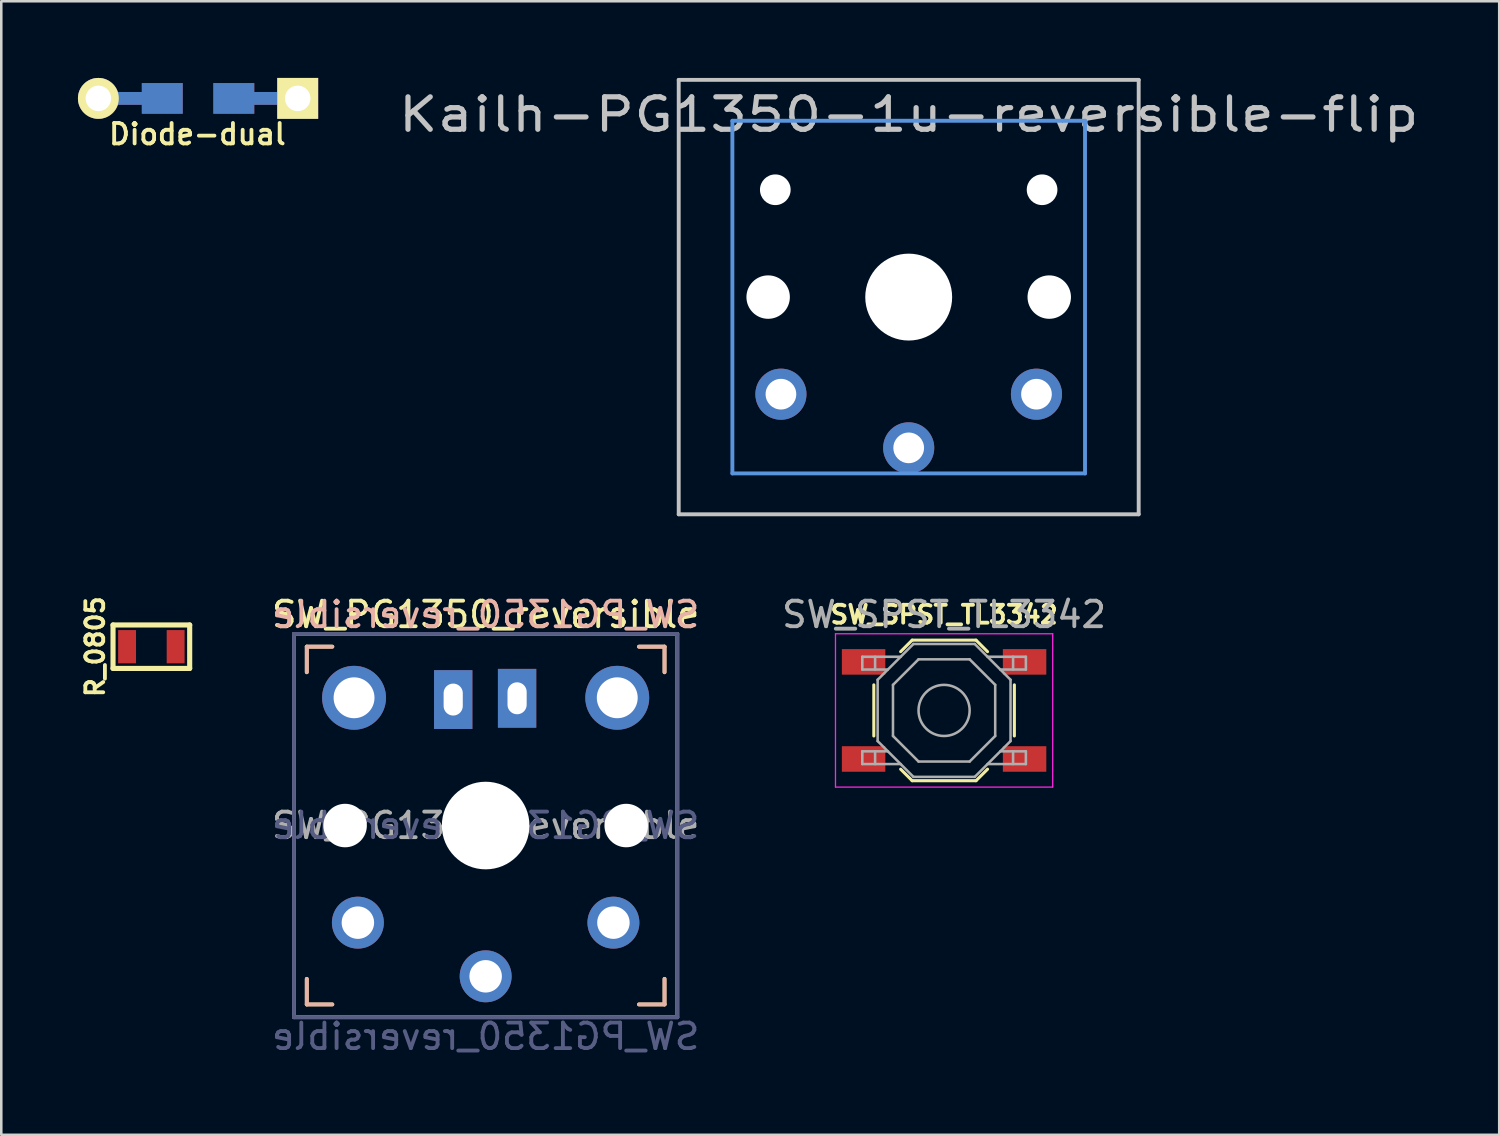
<source format=kicad_pcb>
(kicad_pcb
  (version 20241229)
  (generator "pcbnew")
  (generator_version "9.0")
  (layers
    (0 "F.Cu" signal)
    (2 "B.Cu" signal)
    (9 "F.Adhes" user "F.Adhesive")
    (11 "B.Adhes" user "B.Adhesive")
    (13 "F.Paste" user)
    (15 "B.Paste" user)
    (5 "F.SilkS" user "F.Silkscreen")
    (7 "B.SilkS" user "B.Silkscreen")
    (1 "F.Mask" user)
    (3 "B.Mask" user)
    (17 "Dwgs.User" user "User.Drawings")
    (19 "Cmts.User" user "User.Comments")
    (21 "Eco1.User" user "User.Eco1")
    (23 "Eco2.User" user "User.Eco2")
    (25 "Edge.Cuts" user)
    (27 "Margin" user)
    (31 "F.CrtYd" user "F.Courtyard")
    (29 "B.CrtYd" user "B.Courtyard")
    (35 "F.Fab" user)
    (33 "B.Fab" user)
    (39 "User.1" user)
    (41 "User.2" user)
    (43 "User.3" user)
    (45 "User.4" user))
  (footprint "Kailh-PG1350-1u-reversible-flip"
    (layer "F.Cu")
    (at 32.51 8.576)
    (property "Reference" "Kailh-PG1350-1u-reversible-flip" (at 0 -7.144 180) (layer "Dwgs.User") (effects (font (size 1.27 1.524) (thickness 0.203))))
    (attr through_hole)
    (fp_line (start -9 -8.5) (end 9 -8.5) (stroke (width 0.152) (type solid)) (layer "Dwgs.User"))
    (fp_line (start -9 8.5) (end -9 -8.5) (stroke (width 0.152) (type solid)) (layer "Dwgs.User"))
    (fp_line (start 9 -8.5) (end 9 8.5) (stroke (width 0.152) (type solid)) (layer "Dwgs.User"))
    (fp_line (start 9 8.5) (end -9 8.5) (stroke (width 0.152) (type solid)) (layer "Dwgs.User"))
    (fp_line (start -6.9 -6.9) (end 6.9 -6.9) (stroke (width 0.152) (type solid)) (layer "Cmts.User"))
    (fp_line (start -6.9 6.9) (end -6.9 -6.9) (stroke (width 0.152) (type solid)) (layer "Cmts.User"))
    (fp_line (start 6.9 -6.9) (end 6.9 6.9) (stroke (width 0.152) (type solid)) (layer "Cmts.User"))
    (fp_line (start 6.9 6.9) (end -6.9 6.9) (stroke (width 0.152) (type solid)) (layer "Cmts.User"))
    (fp_line (start -7.5 -7.5) (end 7.5 -7.5) (stroke (width 0.152) (type solid)) (layer "Eco2.User"))
    (fp_line (start -7.5 7.5) (end -7.5 -7.5) (stroke (width 0.152) (type solid)) (layer "Eco2.User"))
    (fp_line (start 7.5 -7.5) (end 7.5 7.5) (stroke (width 0.152) (type solid)) (layer "Eco2.User"))
    (fp_line (start 7.5 7.5) (end -7.5 7.5) (stroke (width 0.152) (type solid)) (layer "Eco2.User"))
    (pad "" np_thru_hole circle (at -5.5 0 180) (size 1.7 1.7) (drill 1.7) (layers "*.Cu"))
    (pad "" np_thru_hole circle (at -5.22 -4.2 180) (size 1.2 1.2) (drill 1.2) (layers "*.Cu"))
    (pad "" np_thru_hole circle (at 0 0 180) (size 3.4 3.4) (drill 3.4) (layers "*.Cu"))
    (pad "" np_thru_hole circle (at 5.22 -4.2 180) (size 1.2 1.2) (drill 1.2) (layers "*.Cu"))
    (pad "" np_thru_hole circle (at 5.5 0 180) (size 1.7 1.7) (drill 1.7) (layers "*.Cu"))
    (pad "1" thru_hole circle (at 0 5.9 180) (size 2 2) (drill 1.2) (layers "*.Cu" "*.Mask"))
    (pad "2" thru_hole circle (at -5 3.8 41.9) (size 2 2) (drill 1.2) (layers "*.Cu" "*.Mask"))
    (pad "2" thru_hole circle (at 5 3.8 41.9) (size 2 2) (drill 1.2) (layers "*.Cu" "*.Mask")))
  (footprint "SW_SPST_TL3342"
    (layer "F.Cu")
    (at 33.895 24.751)
    (property "Reference" "SW_SPST_TL3342" (at 0 -3.75 0) (layer "F.SilkS") (effects (font (size 0.7 0.7) (thickness 0.15))))
    (attr smd)
    (fp_line (start -2.75 -1) (end -2.75 1) (stroke (width 0.12) (type solid)) (layer "F.SilkS"))
    (fp_line (start -1.7 -2.3) (end -1.25 -2.75) (stroke (width 0.12) (type solid)) (layer "F.SilkS"))
    (fp_line (start -1.7 2.3) (end -1.25 2.75) (stroke (width 0.12) (type solid)) (layer "F.SilkS"))
    (fp_line (start -1.25 -2.75) (end 1.25 -2.75) (stroke (width 0.12) (type solid)) (layer "F.SilkS"))
    (fp_line (start -1.25 2.75) (end 1.25 2.75) (stroke (width 0.12) (type solid)) (layer "F.SilkS"))
    (fp_line (start 1.7 -2.3) (end 1.25 -2.75) (stroke (width 0.12) (type solid)) (layer "F.SilkS"))
    (fp_line (start 1.7 2.3) (end 1.25 2.75) (stroke (width 0.12) (type solid)) (layer "F.SilkS"))
    (fp_line (start 2.75 -1) (end 2.75 1) (stroke (width 0.12) (type solid)) (layer "F.SilkS"))
    (fp_line (start -4.25 -3) (end 4.25 -3) (stroke (width 0.05) (type solid)) (layer "F.CrtYd"))
    (fp_line (start -4.25 3) (end -4.25 -3) (stroke (width 0.05) (type solid)) (layer "F.CrtYd"))
    (fp_line (start 4.25 -3) (end 4.25 3) (stroke (width 0.05) (type solid)) (layer "F.CrtYd"))
    (fp_line (start 4.25 3) (end -4.25 3) (stroke (width 0.05) (type solid)) (layer "F.CrtYd"))
    (fp_line (start -3.2 -2.1) (end -3.2 -1.6) (stroke (width 0.1) (type solid)) (layer "F.Fab"))
    (fp_line (start -3.2 -1.6) (end -2.2 -1.6) (stroke (width 0.1) (type solid)) (layer "F.Fab"))
    (fp_line (start -3.2 1.6) (end -2.2 1.6) (stroke (width 0.1) (type solid)) (layer "F.Fab"))
    (fp_line (start -3.2 2.1) (end -3.2 1.6) (stroke (width 0.1) (type solid)) (layer "F.Fab"))
    (fp_line (start -2.7 -2.1) (end -2.7 -1.6) (stroke (width 0.1) (type solid)) (layer "F.Fab"))
    (fp_line (start -2.7 2.1) (end -2.7 1.6) (stroke (width 0.1) (type solid)) (layer "F.Fab"))
    (fp_line (start -2.6 -1.2) (end -2.6 1.2) (stroke (width 0.1) (type solid)) (layer "F.Fab"))
    (fp_line (start -2.6 1.2) (end -1.2 2.6) (stroke (width 0.1) (type solid)) (layer "F.Fab"))
    (fp_line (start -2 -1) (end -1 -2) (stroke (width 0.1) (type solid)) (layer "F.Fab"))
    (fp_line (start -2 1) (end -2 -1) (stroke (width 0.1) (type solid)) (layer "F.Fab"))
    (fp_line (start -1.7 -2.1) (end -3.2 -2.1) (stroke (width 0.1) (type solid)) (layer "F.Fab"))
    (fp_line (start -1.7 2.1) (end -3.2 2.1) (stroke (width 0.1) (type solid)) (layer "F.Fab"))
    (fp_line (start -1.2 -2.6) (end -2.6 -1.2) (stroke (width 0.1) (type solid)) (layer "F.Fab"))
    (fp_line (start -1.2 2.6) (end 1.2 2.6) (stroke (width 0.1) (type solid)) (layer "F.Fab"))
    (fp_line (start -1 -2) (end 1 -2) (stroke (width 0.1) (type solid)) (layer "F.Fab"))
    (fp_line (start -1 2) (end -2 1) (stroke (width 0.1) (type solid)) (layer "F.Fab"))
    (fp_line (start 1 -2) (end 2 -1) (stroke (width 0.1) (type solid)) (layer "F.Fab"))
    (fp_line (start 1 2) (end -1 2) (stroke (width 0.1) (type solid)) (layer "F.Fab"))
    (fp_line (start 1.2 -2.6) (end -1.2 -2.6) (stroke (width 0.1) (type solid)) (layer "F.Fab"))
    (fp_line (start 1.2 2.6) (end 2.6 1.2) (stroke (width 0.1) (type solid)) (layer "F.Fab"))
    (fp_line (start 1.7 -2.1) (end 3.2 -2.1) (stroke (width 0.1) (type solid)) (layer "F.Fab"))
    (fp_line (start 1.7 2.1) (end 3.2 2.1) (stroke (width 0.1) (type solid)) (layer "F.Fab"))
    (fp_line (start 2 -1) (end 2 1) (stroke (width 0.1) (type solid)) (layer "F.Fab"))
    (fp_line (start 2 1) (end 1 2) (stroke (width 0.1) (type solid)) (layer "F.Fab"))
    (fp_line (start 2.6 -1.2) (end 1.2 -2.6) (stroke (width 0.1) (type solid)) (layer "F.Fab"))
    (fp_line (start 2.6 1.2) (end 2.6 -1.2) (stroke (width 0.1) (type solid)) (layer "F.Fab"))
    (fp_line (start 2.7 -2.1) (end 2.7 -1.6) (stroke (width 0.1) (type solid)) (layer "F.Fab"))
    (fp_line (start 2.7 2.1) (end 2.7 1.6) (stroke (width 0.1) (type solid)) (layer "F.Fab"))
    (fp_line (start 3.2 -2.1) (end 3.2 -1.6) (stroke (width 0.1) (type solid)) (layer "F.Fab"))
    (fp_line (start 3.2 -1.6) (end 2.2 -1.6) (stroke (width 0.1) (type solid)) (layer "F.Fab"))
    (fp_line (start 3.2 1.6) (end 2.2 1.6) (stroke (width 0.1) (type solid)) (layer "F.Fab"))
    (fp_line (start 3.2 2.1) (end 3.2 1.6) (stroke (width 0.1) (type solid)) (layer "F.Fab"))
    (fp_circle (center 0 0) (end 1 0) (stroke (width 0.1) (type solid)) (fill no) (layer "F.Fab"))
    (fp_text user "${REFERENCE}" (at 0 -3.75 0) (layer "F.Fab") (effects (font (size 1 1) (thickness 0.15))))
    (pad "1" smd rect (at -3.15 -1.9) (size 1.7 1) (layers "F.Cu" "F.Mask" "F.Paste"))
    (pad "1" smd rect (at 3.15 -1.9) (size 1.7 1) (layers "F.Cu" "F.Mask" "F.Paste"))
    (pad "2" smd rect (at -3.15 1.9) (size 1.7 1) (layers "F.Cu" "F.Mask" "F.Paste"))
    (pad "2" smd rect (at 3.15 1.9) (size 1.7 1) (layers "F.Cu" "F.Mask" "F.Paste")))
  (footprint "Diode-dual"
    (layer "F.Cu")
    (at 4.7 0.8)
    (property "Reference" "Diode-dual" (at -0.025 1.4 0) (layer "F.SilkS") (effects (font (size 0.8 0.8) (thickness 0.15))))
    (attr smd)
    (pad "1" smd rect (at 1.4 0) (size 1.6 1.2) (layers "F.Cu" "F.Mask" "F.Paste"))
    (pad "1" smd rect (at 1.4 0) (size 1.6 1.2) (layers "B.Cu" "B.Mask" "B.Paste"))
    (pad "1" smd rect (at 2.5 0) (size 2.9 0.5) (layers "F.Cu"))
    (pad "1" smd rect (at 2.5 0) (size 2.9 0.5) (layers "B.Cu"))
    (pad "1" thru_hole rect (at 3.9 0) (size 1.6 1.6) (drill 1) (layers "*.Cu" "*.Mask" "F.SilkS"))
    (pad "2" thru_hole circle (at -3.9 0) (size 1.6 1.6) (drill 1) (layers "*.Cu" "*.Mask" "F.SilkS"))
    (pad "2" smd rect (at -2.5 0) (size 2.9 0.5) (layers "F.Cu"))
    (pad "2" smd rect (at -2.5 0) (size 2.9 0.5) (layers "B.Cu"))
    (pad "2" smd rect (at -1.4 0) (size 1.6 1.2) (layers "F.Cu" "F.Mask" "F.Paste"))
    (pad "2" smd rect (at -1.4 0) (size 1.6 1.2) (layers "B.Cu" "B.Mask" "B.Paste")))
  (footprint "SW_PG1350_reversible"
    (layer "F.Cu")
    (at 15.955 29.256)
    (property "Reference" "SW_PG1350_reversible" (at 0 -8.255 0) (layer "F.SilkS") (effects (font (size 1 1) (thickness 0.15))))
    (property "Value" "SW_PG1350_reversible" (at 0 8.255 0) (layer "F.Fab") (hide yes) (effects (font (size 1 1) (thickness 0.15))))
    (attr through_hole)
    (fp_line (start -7 -7) (end -6 -7) (stroke (width 0.15) (type solid)) (layer "F.SilkS"))
    (fp_line (start -7 -6) (end -7 -7) (stroke (width 0.15) (type solid)) (layer "F.SilkS"))
    (fp_line (start -7 7) (end -7 6) (stroke (width 0.15) (type solid)) (layer "F.SilkS"))
    (fp_line (start -6 7) (end -7 7) (stroke (width 0.15) (type solid)) (layer "F.SilkS"))
    (fp_line (start 6 -7) (end 7 -7) (stroke (width 0.15) (type solid)) (layer "F.SilkS"))
    (fp_line (start 7 -7) (end 7 -6) (stroke (width 0.15) (type solid)) (layer "F.SilkS"))
    (fp_line (start 7 6) (end 7 7) (stroke (width 0.15) (type solid)) (layer "F.SilkS"))
    (fp_line (start 7 7) (end 6 7) (stroke (width 0.15) (type solid)) (layer "F.SilkS"))
    (fp_line (start -7 -7) (end -6 -7) (stroke (width 0.15) (type solid)) (layer "B.SilkS"))
    (fp_line (start -7 -6) (end -7 -7) (stroke (width 0.15) (type solid)) (layer "B.SilkS"))
    (fp_line (start -7 7) (end -7 6) (stroke (width 0.15) (type solid)) (layer "B.SilkS"))
    (fp_line (start -6 7) (end -7 7) (stroke (width 0.15) (type solid)) (layer "B.SilkS"))
    (fp_line (start 6 -7) (end 7 -7) (stroke (width 0.15) (type solid)) (layer "B.SilkS"))
    (fp_line (start 7 -7) (end 7 -6) (stroke (width 0.15) (type solid)) (layer "B.SilkS"))
    (fp_line (start 7 6) (end 7 7) (stroke (width 0.15) (type solid)) (layer "B.SilkS"))
    (fp_line (start 7 7) (end 6 7) (stroke (width 0.15) (type solid)) (layer "B.SilkS"))
    (fp_line (start -6.9 6.9) (end -6.9 -6.9) (stroke (width 0.15) (type solid)) (layer "Eco2.User"))
    (fp_line (start -6.9 6.9) (end 6.9 6.9) (stroke (width 0.15) (type solid)) (layer "Eco2.User"))
    (fp_line (start 6.9 -6.9) (end -6.9 -6.9) (stroke (width 0.15) (type solid)) (layer "Eco2.User"))
    (fp_line (start 6.9 -6.9) (end 6.9 6.9) (stroke (width 0.15) (type solid)) (layer "Eco2.User"))
    (fp_line (start -7.5 -7.5) (end 7.5 -7.5) (stroke (width 0.15) (type solid)) (layer "B.Fab"))
    (fp_line (start -7.5 7.5) (end -7.5 -7.5) (stroke (width 0.15) (type solid)) (layer "B.Fab"))
    (fp_line (start 7.5 -7.5) (end 7.5 7.5) (stroke (width 0.15) (type solid)) (layer "B.Fab"))
    (fp_line (start 7.5 7.5) (end -7.5 7.5) (stroke (width 0.15) (type solid)) (layer "B.Fab"))
    (fp_line (start -7.5 -7.5) (end 7.5 -7.5) (stroke (width 0.15) (type solid)) (layer "F.Fab"))
    (fp_line (start -7.5 7.5) (end -7.5 -7.5) (stroke (width 0.15) (type solid)) (layer "F.Fab"))
    (fp_line (start 7.5 -7.5) (end 7.5 7.5) (stroke (width 0.15) (type solid)) (layer "F.Fab"))
    (fp_line (start 7.5 7.5) (end -7.5 7.5) (stroke (width 0.15) (type solid)) (layer "F.Fab"))
    (fp_text user "${REFERENCE}" (at 0 -8.255 0) (layer "B.SilkS") (effects (font (size 1 1) (thickness 0.15)) (justify mirror)))
    (fp_text user "${VALUE}" (at 0 8.255 0) (layer "B.Fab") (effects (font (size 1 1) (thickness 0.15)) (justify mirror)))
    (fp_text user "${REFERENCE}" (at 0 0 0) (layer "B.Fab") (effects (font (size 1 1) (thickness 0.15)) (justify mirror)))
    (fp_text user "${REFERENCE}" (at 0 0 0) (layer "F.Fab") (effects (font (size 1 1) (thickness 0.15))))
    (pad "" np_thru_hole circle (at -5.5 0) (size 1.702 1.702) (drill 1.702) (layers "*.Cu" "*.Mask"))
    (pad "" thru_hole circle (at -5.15 -5) (size 2.5 2.5) (drill 1.6) (layers "*.Cu" "*.Mask"))
    (pad "" np_thru_hole circle (at 0 0) (size 3.429 3.429) (drill 3.429) (layers "*.Cu" "*.Mask"))
    (pad "" thru_hole circle (at 5.15 -5) (size 2.5 2.5) (drill 1.6) (layers "*.Cu" "*.Mask"))
    (pad "" np_thru_hole circle (at 5.5 0) (size 1.702 1.702) (drill 1.702) (layers "*.Cu" "*.Mask"))
    (pad "1" thru_hole circle (at 0 5.9) (size 2.032 2.032) (drill 1.27) (layers "*.Cu" "*.Mask"))
    (pad "2" thru_hole circle (at -5 3.8) (size 2.032 2.032) (drill 1.27) (layers "*.Cu" "*.Mask"))
    (pad "2" thru_hole circle (at 5 3.8) (size 2.032 2.032) (drill 1.27) (layers "*.Cu" "*.Mask"))
    (pad "3" thru_hole rect (at -1.27 -4.93 270) (size 2.3 1.5) (drill oval 1.25 0.75) (layers "*.Cu" "*.Mask"))
    (pad "4" thru_hole rect (at 1.23 -4.98 270) (size 2.3 1.5) (drill oval 1.25 0.75) (layers "*.Cu" "*.Mask")))
  (footprint "R_0805"
    (layer "F.Cu")
    (at 2.873 22.257)
    (property "Reference" "R_0805" (at -2.2 0 90) (layer "F.SilkS") (effects (font (size 0.7 0.7) (thickness 0.15))))
    (attr smd)
    (fp_line (start -1.5 -0.85) (end -1.5 0.85) (stroke (width 0.2) (type solid)) (layer "F.SilkS"))
    (fp_line (start -1.5 -0.85) (end 1.5 -0.85) (stroke (width 0.2) (type solid)) (layer "F.SilkS"))
    (fp_line (start -1.5 0.85) (end 1.5 0.85) (stroke (width 0.2) (type solid)) (layer "F.SilkS"))
    (fp_line (start 1.5 -0.85) (end 1.5 0.85) (stroke (width 0.2) (type solid)) (layer "F.SilkS"))
    (pad "1" smd rect (at -0.95 0) (size 0.7 1.3) (layers "F.Cu" "F.Mask" "F.Paste"))
    (pad "2" smd rect (at 0.95 0) (size 0.7 1.3) (layers "F.Cu" "F.Mask" "F.Paste")))
  (gr_rect
    (start -3 -3)
    (end 55.619 41.359)
    (stroke (width 0.1) (type default))
    (fill no)
    (layer "Edge.Cuts")))
</source>
